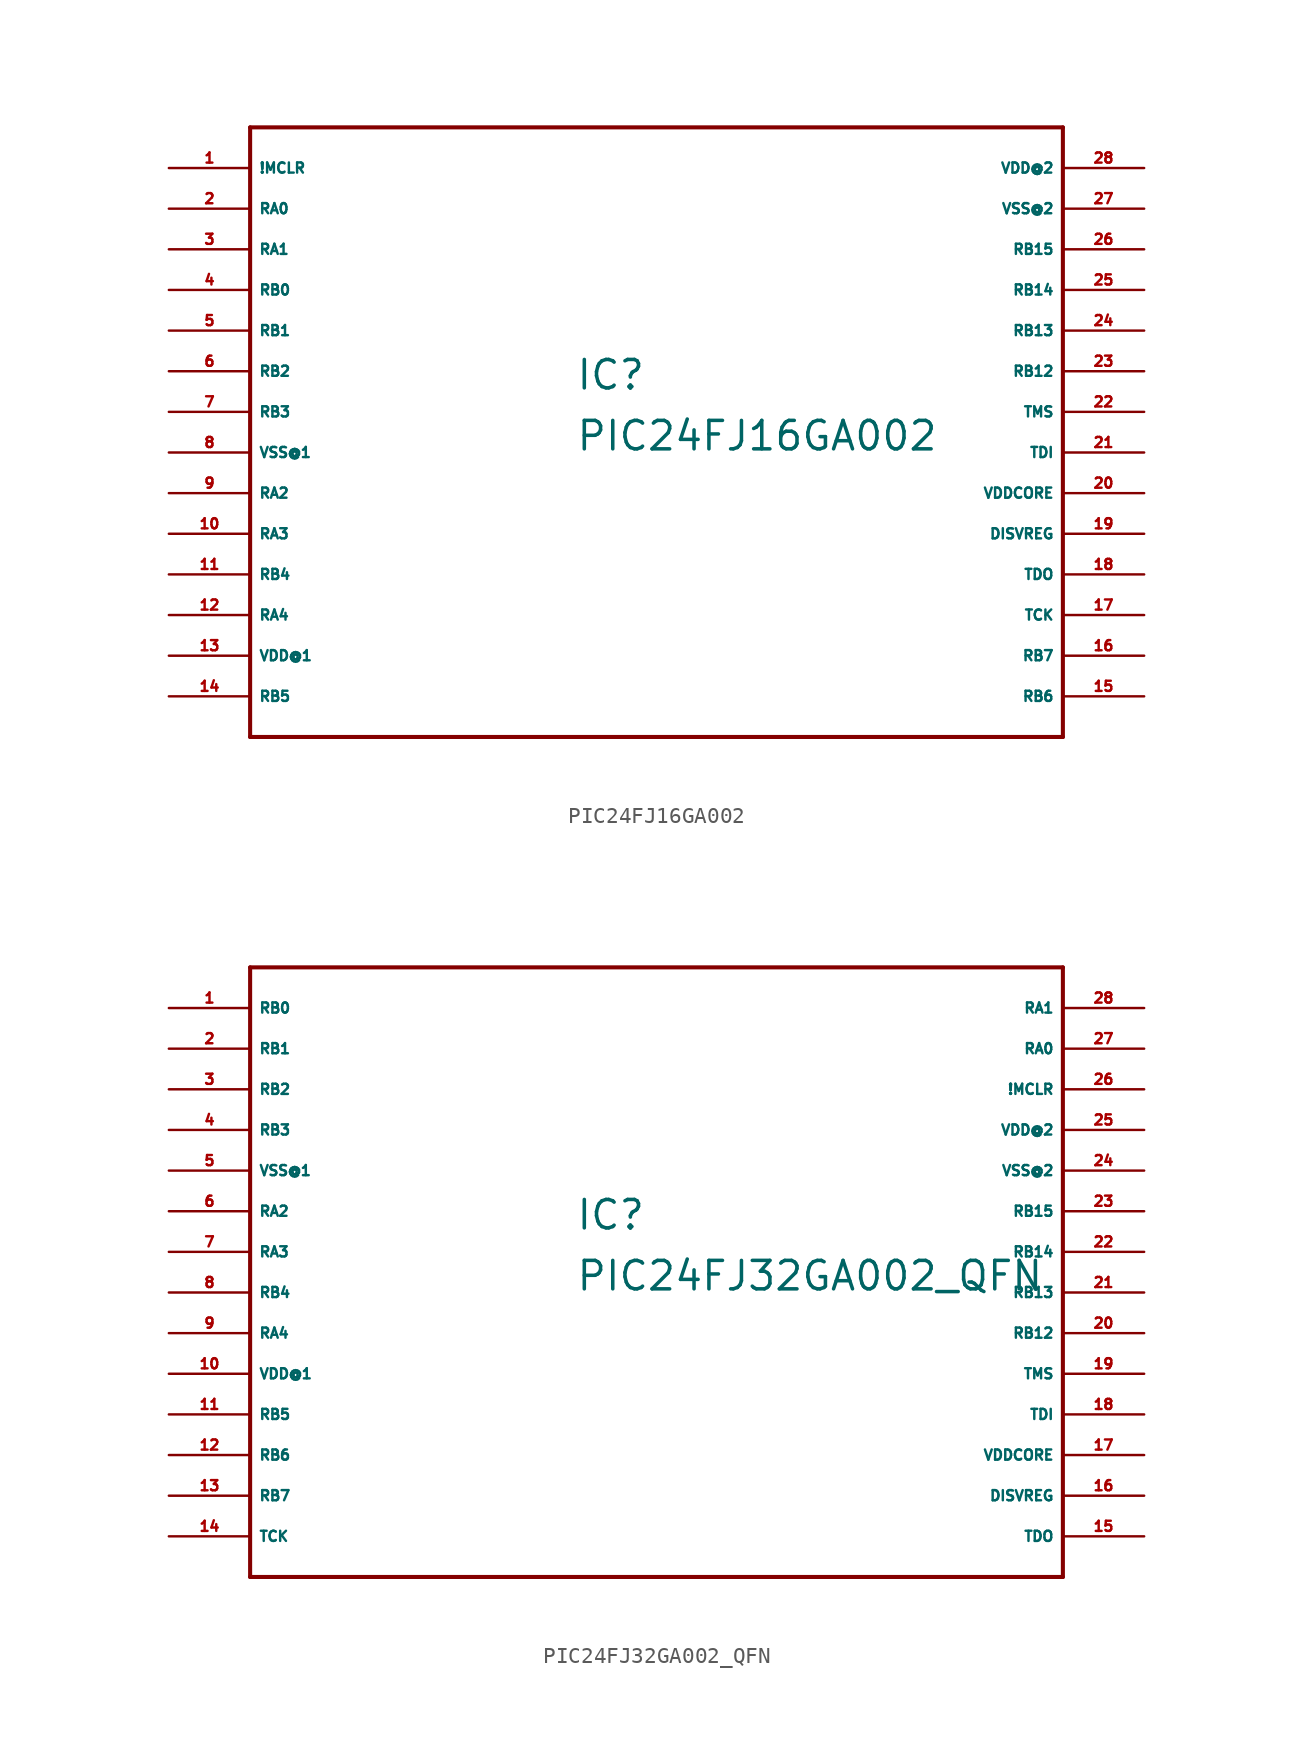
<source format=kicad_sym>
(kicad_symbol_lib
  (version 20220914)
  (generator Eagle2Kicad)
  (symbol "PIC24FJ16GA002"
    (property "Reference" "IC"
      (at -5.08 1.27 0)
      (effects (font (size 1.778 1.778) (thickness 0.22)) (justify left bottom)))
    (property "Value" "PIC24FJ16GA002"
      (at -5.08 -2.54 0)
      (effects (font (size 1.778 1.778) (thickness 0.22)) (justify left bottom)))
    (polyline
      (pts (xy -25.4 -20.32) (xy 25.4 -20.32))
      (stroke (width 0.254) (type default))
      (fill (type none)))
    (polyline
      (pts (xy 25.4 -20.32) (xy 25.4 17.78))
      (stroke (width 0.254) (type default))
      (fill (type none)))
    (polyline
      (pts (xy 25.4 17.78) (xy -25.4 17.78))
      (stroke (width 0.254) (type default))
      (fill (type none)))
    (polyline
      (pts (xy -25.4 17.78) (xy -25.4 -20.32))
      (stroke (width 0.254) (type default))
      (fill (type none)))
    (pin bidirectional line
      (at -30.48 15.24 0)
      (length 5.08)
      (name "!MCLR" (effects (font (size 0.635 0.635) (thickness 0.08)) (justify left bottom)))
      (number "1" (effects (font (size 0.635 0.635) (thickness 0.08)) (justify left bottom))))
    (pin bidirectional line
      (at -30.48 12.7 0)
      (length 5.08)
      (name "RA0" (effects (font (size 0.635 0.635) (thickness 0.08)) (justify left bottom)))
      (number "2" (effects (font (size 0.635 0.635) (thickness 0.08)) (justify left bottom))))
    (pin bidirectional line
      (at -30.48 10.16 0)
      (length 5.08)
      (name "RA1" (effects (font (size 0.635 0.635) (thickness 0.08)) (justify left bottom)))
      (number "3" (effects (font (size 0.635 0.635) (thickness 0.08)) (justify left bottom))))
    (pin bidirectional line
      (at -30.48 7.62 0)
      (length 5.08)
      (name "RB0" (effects (font (size 0.635 0.635) (thickness 0.08)) (justify left bottom)))
      (number "4" (effects (font (size 0.635 0.635) (thickness 0.08)) (justify left bottom))))
    (pin bidirectional line
      (at -30.48 5.08 0)
      (length 5.08)
      (name "RB1" (effects (font (size 0.635 0.635) (thickness 0.08)) (justify left bottom)))
      (number "5" (effects (font (size 0.635 0.635) (thickness 0.08)) (justify left bottom))))
    (pin bidirectional line
      (at -30.48 2.54 0)
      (length 5.08)
      (name "RB2" (effects (font (size 0.635 0.635) (thickness 0.08)) (justify left bottom)))
      (number "6" (effects (font (size 0.635 0.635) (thickness 0.08)) (justify left bottom))))
    (pin bidirectional line
      (at -30.48 0 0)
      (length 5.08)
      (name "RB3" (effects (font (size 0.635 0.635) (thickness 0.08)) (justify left bottom)))
      (number "7" (effects (font (size 0.635 0.635) (thickness 0.08)) (justify left bottom))))
    (pin unspecified line
      (at -30.48 -2.54 0)
      (length 5.08)
      (name "VSS@1" (effects (font (size 0.635 0.635) (thickness 0.08)) (justify left bottom)))
      (number "8" (effects (font (size 0.635 0.635) (thickness 0.08)) (justify left bottom))))
    (pin bidirectional line
      (at -30.48 -5.08 0)
      (length 5.08)
      (name "RA2" (effects (font (size 0.635 0.635) (thickness 0.08)) (justify left bottom)))
      (number "9" (effects (font (size 0.635 0.635) (thickness 0.08)) (justify left bottom))))
    (pin bidirectional line
      (at -30.48 -7.62 0)
      (length 5.08)
      (name "RA3" (effects (font (size 0.635 0.635) (thickness 0.08)) (justify left bottom)))
      (number "10" (effects (font (size 0.635 0.635) (thickness 0.08)) (justify left bottom))))
    (pin bidirectional line
      (at -30.48 -10.16 0)
      (length 5.08)
      (name "RB4" (effects (font (size 0.635 0.635) (thickness 0.08)) (justify left bottom)))
      (number "11" (effects (font (size 0.635 0.635) (thickness 0.08)) (justify left bottom))))
    (pin bidirectional line
      (at -30.48 -12.7 0)
      (length 5.08)
      (name "RA4" (effects (font (size 0.635 0.635) (thickness 0.08)) (justify left bottom)))
      (number "12" (effects (font (size 0.635 0.635) (thickness 0.08)) (justify left bottom))))
    (pin unspecified line
      (at -30.48 -15.24 0)
      (length 5.08)
      (name "VDD@1" (effects (font (size 0.635 0.635) (thickness 0.08)) (justify left bottom)))
      (number "13" (effects (font (size 0.635 0.635) (thickness 0.08)) (justify left bottom))))
    (pin bidirectional line
      (at -30.48 -17.78 0)
      (length 5.08)
      (name "RB5" (effects (font (size 0.635 0.635) (thickness 0.08)) (justify left bottom)))
      (number "14" (effects (font (size 0.635 0.635) (thickness 0.08)) (justify left bottom))))
    (pin bidirectional line
      (at 30.48 -17.78 180)
      (length 5.08)
      (name "RB6" (effects (font (size 0.635 0.635) (thickness 0.08)) (justify left bottom)))
      (number "15" (effects (font (size 0.635 0.635) (thickness 0.08)) (justify left bottom))))
    (pin bidirectional line
      (at 30.48 -15.24 180)
      (length 5.08)
      (name "RB7" (effects (font (size 0.635 0.635) (thickness 0.08)) (justify left bottom)))
      (number "16" (effects (font (size 0.635 0.635) (thickness 0.08)) (justify left bottom))))
    (pin input line
      (at 30.48 -12.7 180)
      (length 5.08)
      (name "TCK" (effects (font (size 0.635 0.635) (thickness 0.08)) (justify left bottom)))
      (number "17" (effects (font (size 0.635 0.635) (thickness 0.08)) (justify left bottom))))
    (pin output line
      (at 30.48 -10.16 180)
      (length 5.08)
      (name "TDO" (effects (font (size 0.635 0.635) (thickness 0.08)) (justify left bottom)))
      (number "18" (effects (font (size 0.635 0.635) (thickness 0.08)) (justify left bottom))))
    (pin passive line
      (at 30.48 -7.62 180)
      (length 5.08)
      (name "DISVREG" (effects (font (size 0.635 0.635) (thickness 0.08)) (justify left bottom)))
      (number "19" (effects (font (size 0.635 0.635) (thickness 0.08)) (justify left bottom))))
    (pin unspecified line
      (at 30.48 -5.08 180)
      (length 5.08)
      (name "VDDCORE" (effects (font (size 0.635 0.635) (thickness 0.08)) (justify left bottom)))
      (number "20" (effects (font (size 0.635 0.635) (thickness 0.08)) (justify left bottom))))
    (pin input line
      (at 30.48 -2.54 180)
      (length 5.08)
      (name "TDI" (effects (font (size 0.635 0.635) (thickness 0.08)) (justify left bottom)))
      (number "21" (effects (font (size 0.635 0.635) (thickness 0.08)) (justify left bottom))))
    (pin input line
      (at 30.48 0 180)
      (length 5.08)
      (name "TMS" (effects (font (size 0.635 0.635) (thickness 0.08)) (justify left bottom)))
      (number "22" (effects (font (size 0.635 0.635) (thickness 0.08)) (justify left bottom))))
    (pin bidirectional line
      (at 30.48 2.54 180)
      (length 5.08)
      (name "RB12" (effects (font (size 0.635 0.635) (thickness 0.08)) (justify left bottom)))
      (number "23" (effects (font (size 0.635 0.635) (thickness 0.08)) (justify left bottom))))
    (pin bidirectional line
      (at 30.48 5.08 180)
      (length 5.08)
      (name "RB13" (effects (font (size 0.635 0.635) (thickness 0.08)) (justify left bottom)))
      (number "24" (effects (font (size 0.635 0.635) (thickness 0.08)) (justify left bottom))))
    (pin bidirectional line
      (at 30.48 7.62 180)
      (length 5.08)
      (name "RB14" (effects (font (size 0.635 0.635) (thickness 0.08)) (justify left bottom)))
      (number "25" (effects (font (size 0.635 0.635) (thickness 0.08)) (justify left bottom))))
    (pin bidirectional line
      (at 30.48 10.16 180)
      (length 5.08)
      (name "RB15" (effects (font (size 0.635 0.635) (thickness 0.08)) (justify left bottom)))
      (number "26" (effects (font (size 0.635 0.635) (thickness 0.08)) (justify left bottom))))
    (pin unspecified line
      (at 30.48 12.7 180)
      (length 5.08)
      (name "VSS@2" (effects (font (size 0.635 0.635) (thickness 0.08)) (justify left bottom)))
      (number "27" (effects (font (size 0.635 0.635) (thickness 0.08)) (justify left bottom))))
    (pin unspecified line
      (at 30.48 15.24 180)
      (length 5.08)
      (name "VDD@2" (effects (font (size 0.635 0.635) (thickness 0.08)) (justify left bottom)))
      (number "28" (effects (font (size 0.635 0.635) (thickness 0.08)) (justify left bottom)))))
  (symbol "PIC24FJ32GA002_QFN"
    (property "Reference" "IC"
      (at -5.08 1.27 0)
      (effects (font (size 1.778 1.778) (thickness 0.22)) (justify left bottom)))
    (property "Value" "PIC24FJ32GA002_QFN"
      (at -5.08 -2.54 0)
      (effects (font (size 1.778 1.778) (thickness 0.22)) (justify left bottom)))
    (polyline
      (pts (xy -25.4 -20.32) (xy 25.4 -20.32))
      (stroke (width 0.254) (type default))
      (fill (type none)))
    (polyline
      (pts (xy 25.4 -20.32) (xy 25.4 17.78))
      (stroke (width 0.254) (type default))
      (fill (type none)))
    (polyline
      (pts (xy 25.4 17.78) (xy -25.4 17.78))
      (stroke (width 0.254) (type default))
      (fill (type none)))
    (polyline
      (pts (xy -25.4 17.78) (xy -25.4 -20.32))
      (stroke (width 0.254) (type default))
      (fill (type none)))
    (pin bidirectional line
      (at -30.48 15.24 0)
      (length 5.08)
      (name "RB0" (effects (font (size 0.635 0.635) (thickness 0.08)) (justify left bottom)))
      (number "1" (effects (font (size 0.635 0.635) (thickness 0.08)) (justify left bottom))))
    (pin bidirectional line
      (at -30.48 12.7 0)
      (length 5.08)
      (name "RB1" (effects (font (size 0.635 0.635) (thickness 0.08)) (justify left bottom)))
      (number "2" (effects (font (size 0.635 0.635) (thickness 0.08)) (justify left bottom))))
    (pin bidirectional line
      (at -30.48 10.16 0)
      (length 5.08)
      (name "RB2" (effects (font (size 0.635 0.635) (thickness 0.08)) (justify left bottom)))
      (number "3" (effects (font (size 0.635 0.635) (thickness 0.08)) (justify left bottom))))
    (pin bidirectional line
      (at -30.48 7.62 0)
      (length 5.08)
      (name "RB3" (effects (font (size 0.635 0.635) (thickness 0.08)) (justify left bottom)))
      (number "4" (effects (font (size 0.635 0.635) (thickness 0.08)) (justify left bottom))))
    (pin unspecified line
      (at -30.48 5.08 0)
      (length 5.08)
      (name "VSS@1" (effects (font (size 0.635 0.635) (thickness 0.08)) (justify left bottom)))
      (number "5" (effects (font (size 0.635 0.635) (thickness 0.08)) (justify left bottom))))
    (pin bidirectional line
      (at -30.48 2.54 0)
      (length 5.08)
      (name "RA2" (effects (font (size 0.635 0.635) (thickness 0.08)) (justify left bottom)))
      (number "6" (effects (font (size 0.635 0.635) (thickness 0.08)) (justify left bottom))))
    (pin bidirectional line
      (at -30.48 0 0)
      (length 5.08)
      (name "RA3" (effects (font (size 0.635 0.635) (thickness 0.08)) (justify left bottom)))
      (number "7" (effects (font (size 0.635 0.635) (thickness 0.08)) (justify left bottom))))
    (pin bidirectional line
      (at -30.48 -2.54 0)
      (length 5.08)
      (name "RB4" (effects (font (size 0.635 0.635) (thickness 0.08)) (justify left bottom)))
      (number "8" (effects (font (size 0.635 0.635) (thickness 0.08)) (justify left bottom))))
    (pin bidirectional line
      (at -30.48 -5.08 0)
      (length 5.08)
      (name "RA4" (effects (font (size 0.635 0.635) (thickness 0.08)) (justify left bottom)))
      (number "9" (effects (font (size 0.635 0.635) (thickness 0.08)) (justify left bottom))))
    (pin unspecified line
      (at -30.48 -7.62 0)
      (length 5.08)
      (name "VDD@1" (effects (font (size 0.635 0.635) (thickness 0.08)) (justify left bottom)))
      (number "10" (effects (font (size 0.635 0.635) (thickness 0.08)) (justify left bottom))))
    (pin bidirectional line
      (at -30.48 -10.16 0)
      (length 5.08)
      (name "RB5" (effects (font (size 0.635 0.635) (thickness 0.08)) (justify left bottom)))
      (number "11" (effects (font (size 0.635 0.635) (thickness 0.08)) (justify left bottom))))
    (pin bidirectional line
      (at -30.48 -12.7 0)
      (length 5.08)
      (name "RB6" (effects (font (size 0.635 0.635) (thickness 0.08)) (justify left bottom)))
      (number "12" (effects (font (size 0.635 0.635) (thickness 0.08)) (justify left bottom))))
    (pin bidirectional line
      (at -30.48 -15.24 0)
      (length 5.08)
      (name "RB7" (effects (font (size 0.635 0.635) (thickness 0.08)) (justify left bottom)))
      (number "13" (effects (font (size 0.635 0.635) (thickness 0.08)) (justify left bottom))))
    (pin input line
      (at -30.48 -17.78 0)
      (length 5.08)
      (name "TCK" (effects (font (size 0.635 0.635) (thickness 0.08)) (justify left bottom)))
      (number "14" (effects (font (size 0.635 0.635) (thickness 0.08)) (justify left bottom))))
    (pin output line
      (at 30.48 -17.78 180)
      (length 5.08)
      (name "TDO" (effects (font (size 0.635 0.635) (thickness 0.08)) (justify left bottom)))
      (number "15" (effects (font (size 0.635 0.635) (thickness 0.08)) (justify left bottom))))
    (pin passive line
      (at 30.48 -15.24 180)
      (length 5.08)
      (name "DISVREG" (effects (font (size 0.635 0.635) (thickness 0.08)) (justify left bottom)))
      (number "16" (effects (font (size 0.635 0.635) (thickness 0.08)) (justify left bottom))))
    (pin unspecified line
      (at 30.48 -12.7 180)
      (length 5.08)
      (name "VDDCORE" (effects (font (size 0.635 0.635) (thickness 0.08)) (justify left bottom)))
      (number "17" (effects (font (size 0.635 0.635) (thickness 0.08)) (justify left bottom))))
    (pin input line
      (at 30.48 -10.16 180)
      (length 5.08)
      (name "TDI" (effects (font (size 0.635 0.635) (thickness 0.08)) (justify left bottom)))
      (number "18" (effects (font (size 0.635 0.635) (thickness 0.08)) (justify left bottom))))
    (pin input line
      (at 30.48 -7.62 180)
      (length 5.08)
      (name "TMS" (effects (font (size 0.635 0.635) (thickness 0.08)) (justify left bottom)))
      (number "19" (effects (font (size 0.635 0.635) (thickness 0.08)) (justify left bottom))))
    (pin bidirectional line
      (at 30.48 -5.08 180)
      (length 5.08)
      (name "RB12" (effects (font (size 0.635 0.635) (thickness 0.08)) (justify left bottom)))
      (number "20" (effects (font (size 0.635 0.635) (thickness 0.08)) (justify left bottom))))
    (pin bidirectional line
      (at 30.48 -2.54 180)
      (length 5.08)
      (name "RB13" (effects (font (size 0.635 0.635) (thickness 0.08)) (justify left bottom)))
      (number "21" (effects (font (size 0.635 0.635) (thickness 0.08)) (justify left bottom))))
    (pin bidirectional line
      (at 30.48 0 180)
      (length 5.08)
      (name "RB14" (effects (font (size 0.635 0.635) (thickness 0.08)) (justify left bottom)))
      (number "22" (effects (font (size 0.635 0.635) (thickness 0.08)) (justify left bottom))))
    (pin bidirectional line
      (at 30.48 2.54 180)
      (length 5.08)
      (name "RB15" (effects (font (size 0.635 0.635) (thickness 0.08)) (justify left bottom)))
      (number "23" (effects (font (size 0.635 0.635) (thickness 0.08)) (justify left bottom))))
    (pin unspecified line
      (at 30.48 5.08 180)
      (length 5.08)
      (name "VSS@2" (effects (font (size 0.635 0.635) (thickness 0.08)) (justify left bottom)))
      (number "24" (effects (font (size 0.635 0.635) (thickness 0.08)) (justify left bottom))))
    (pin unspecified line
      (at 30.48 7.62 180)
      (length 5.08)
      (name "VDD@2" (effects (font (size 0.635 0.635) (thickness 0.08)) (justify left bottom)))
      (number "25" (effects (font (size 0.635 0.635) (thickness 0.08)) (justify left bottom))))
    (pin bidirectional line
      (at 30.48 10.16 180)
      (length 5.08)
      (name "!MCLR" (effects (font (size 0.635 0.635) (thickness 0.08)) (justify left bottom)))
      (number "26" (effects (font (size 0.635 0.635) (thickness 0.08)) (justify left bottom))))
    (pin bidirectional line
      (at 30.48 12.7 180)
      (length 5.08)
      (name "RA0" (effects (font (size 0.635 0.635) (thickness 0.08)) (justify left bottom)))
      (number "27" (effects (font (size 0.635 0.635) (thickness 0.08)) (justify left bottom))))
    (pin bidirectional line
      (at 30.48 15.24 180)
      (length 5.08)
      (name "RA1" (effects (font (size 0.635 0.635) (thickness 0.08)) (justify left bottom)))
      (number "28" (effects (font (size 0.635 0.635) (thickness 0.08)) (justify left bottom))))))
</source>
